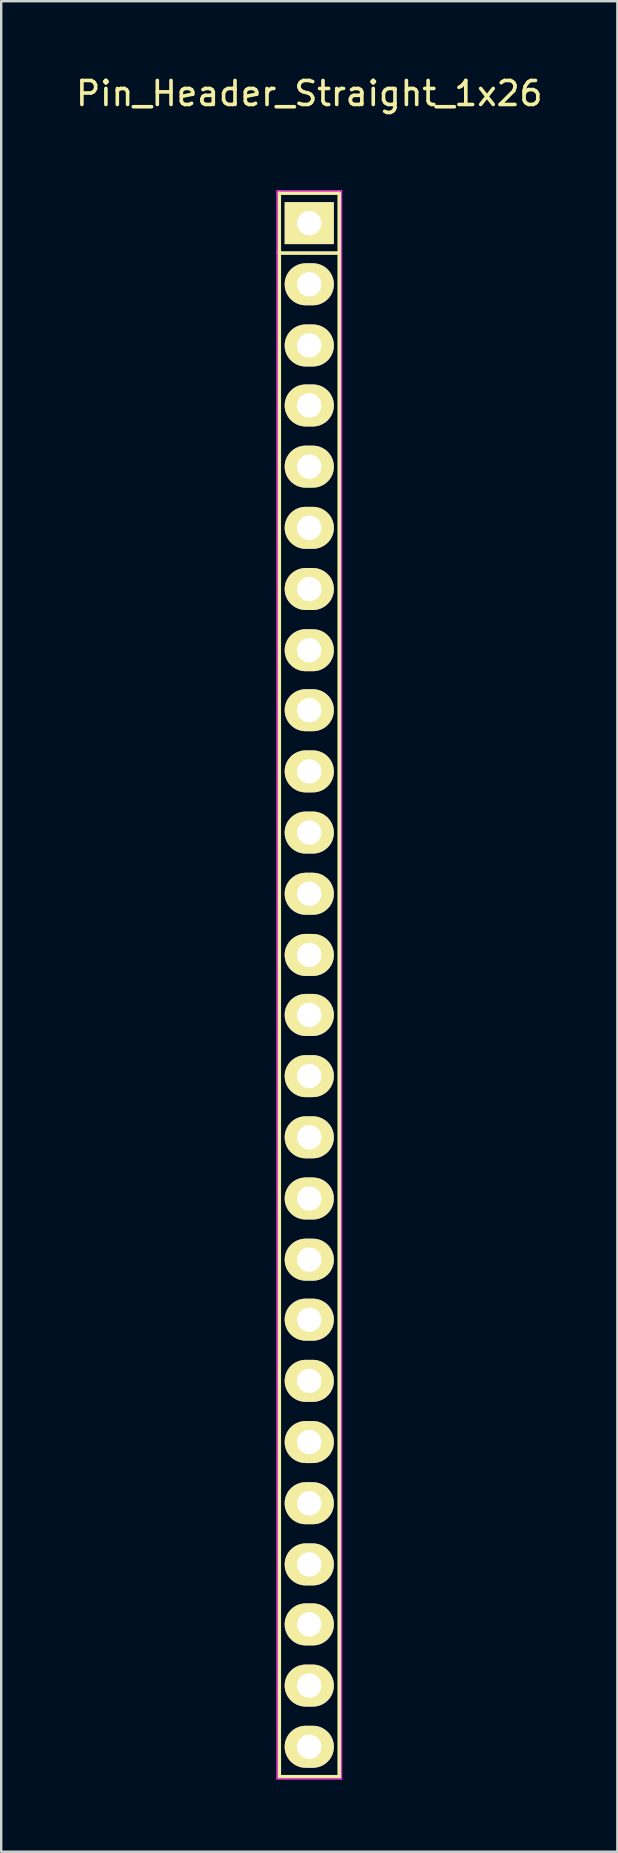
<source format=kicad_pcb>
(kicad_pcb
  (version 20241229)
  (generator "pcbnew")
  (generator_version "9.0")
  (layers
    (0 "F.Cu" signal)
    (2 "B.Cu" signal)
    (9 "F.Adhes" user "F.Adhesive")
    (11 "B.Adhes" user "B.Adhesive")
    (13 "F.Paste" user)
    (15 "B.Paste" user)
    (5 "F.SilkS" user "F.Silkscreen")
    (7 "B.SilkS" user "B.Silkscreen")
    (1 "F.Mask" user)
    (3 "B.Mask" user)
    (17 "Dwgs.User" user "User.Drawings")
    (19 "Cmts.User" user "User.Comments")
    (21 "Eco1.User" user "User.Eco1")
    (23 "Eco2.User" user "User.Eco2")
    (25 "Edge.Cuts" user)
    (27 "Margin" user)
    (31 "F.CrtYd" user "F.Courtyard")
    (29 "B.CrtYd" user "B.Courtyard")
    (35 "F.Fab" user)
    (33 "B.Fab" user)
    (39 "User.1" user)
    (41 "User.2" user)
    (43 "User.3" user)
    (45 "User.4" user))
  (footprint "Pin_Header_Straight_1x26"
    (layer "F.Cu")
    (at 9.839 6.248)
    (property "Reference" "Pin_Header_Straight_1x26" (at 0 -5.4 0) (layer "F.SilkS") (effects (font (size 1 1) (thickness 0.15))))
    (attr through_hole)
    (fp_line (start -1.25 -1.25) (end -1.25 1.25) (stroke (width 0.15) (type solid)) (layer "F.SilkS"))
    (fp_line (start -1.25 1.25) (end -1.25 64.75) (stroke (width 0.15) (type solid)) (layer "F.SilkS"))
    (fp_line (start -1.25 64.75) (end 1.25 64.75) (stroke (width 0.15) (type solid)) (layer "F.SilkS"))
    (fp_line (start 1.25 -1.25) (end -1.25 -1.25) (stroke (width 0.15) (type solid)) (layer "F.SilkS"))
    (fp_line (start 1.25 -1.25) (end 1.25 1.25) (stroke (width 0.15) (type solid)) (layer "F.SilkS"))
    (fp_line (start 1.25 1.25) (end -1.25 1.25) (stroke (width 0.15) (type solid)) (layer "F.SilkS"))
    (fp_line (start 1.25 64.75) (end 1.25 1.25) (stroke (width 0.15) (type solid)) (layer "F.SilkS"))
    (fp_line (start -1.35 -1.35) (end -1.35 64.85) (stroke (width 0.05) (type solid)) (layer "F.CrtYd"))
    (fp_line (start -1.35 -1.35) (end 1.35 -1.35) (stroke (width 0.05) (type solid)) (layer "F.CrtYd"))
    (fp_line (start -1.35 64.85) (end 1.35 64.85) (stroke (width 0.05) (type solid)) (layer "F.CrtYd"))
    (fp_line (start 1.35 -1.35) (end 1.35 64.85) (stroke (width 0.05) (type solid)) (layer "F.CrtYd"))
    (pad "1" thru_hole rect (at 0 0) (size 2.05 1.75) (drill 1.016) (layers "*.Cu" "*.Mask" "F.SilkS"))
    (pad "2" thru_hole oval (at 0 2.55) (size 2.05 1.75) (drill 1.016) (layers "*.Cu" "*.Mask" "F.SilkS"))
    (pad "3" thru_hole oval (at 0 5.1) (size 2.05 1.75) (drill 1.016) (layers "*.Cu" "*.Mask" "F.SilkS"))
    (pad "4" thru_hole oval (at 0 7.6) (size 2.05 1.75) (drill 1.016) (layers "*.Cu" "*.Mask" "F.SilkS"))
    (pad "5" thru_hole oval (at 0 10.15) (size 2.05 1.75) (drill 1.016) (layers "*.Cu" "*.Mask" "F.SilkS"))
    (pad "6" thru_hole oval (at 0 12.7) (size 2.05 1.75) (drill 1.016) (layers "*.Cu" "*.Mask" "F.SilkS"))
    (pad "7" thru_hole oval (at 0 15.25) (size 2.05 1.75) (drill 1.016) (layers "*.Cu" "*.Mask" "F.SilkS"))
    (pad "8" thru_hole oval (at 0 17.8) (size 2.05 1.75) (drill 1.016) (layers "*.Cu" "*.Mask" "F.SilkS"))
    (pad "9" thru_hole oval (at 0 20.3) (size 2.05 1.75) (drill 1.016) (layers "*.Cu" "*.Mask" "F.SilkS"))
    (pad "10" thru_hole oval (at 0 22.85) (size 2.05 1.75) (drill 1.016) (layers "*.Cu" "*.Mask" "F.SilkS"))
    (pad "11" thru_hole oval (at 0 25.4) (size 2.05 1.75) (drill 1.016) (layers "*.Cu" "*.Mask" "F.SilkS"))
    (pad "12" thru_hole oval (at 0 27.95) (size 2.05 1.75) (drill 1.016) (layers "*.Cu" "*.Mask" "F.SilkS"))
    (pad "13" thru_hole oval (at 0 30.5) (size 2.05 1.75) (drill 1.016) (layers "*.Cu" "*.Mask" "F.SilkS"))
    (pad "14" thru_hole oval (at 0 33) (size 2.05 1.75) (drill 1.016) (layers "*.Cu" "*.Mask" "F.SilkS"))
    (pad "15" thru_hole oval (at 0 35.55) (size 2.05 1.75) (drill 1.016) (layers "*.Cu" "*.Mask" "F.SilkS"))
    (pad "16" thru_hole oval (at 0 38.1) (size 2.05 1.75) (drill 1.016) (layers "*.Cu" "*.Mask" "F.SilkS"))
    (pad "17" thru_hole oval (at 0 40.65) (size 2.05 1.75) (drill 1.016) (layers "*.Cu" "*.Mask" "F.SilkS"))
    (pad "18" thru_hole oval (at 0 43.2) (size 2.05 1.75) (drill 1.016) (layers "*.Cu" "*.Mask" "F.SilkS"))
    (pad "19" thru_hole oval (at 0 45.7) (size 2.05 1.75) (drill 1.016) (layers "*.Cu" "*.Mask" "F.SilkS"))
    (pad "20" thru_hole oval (at 0 48.25) (size 2.05 1.75) (drill 1.016) (layers "*.Cu" "*.Mask" "F.SilkS"))
    (pad "21" thru_hole oval (at 0 50.8) (size 2.05 1.75) (drill 1.016) (layers "*.Cu" "*.Mask" "F.SilkS"))
    (pad "22" thru_hole oval (at 0 53.35) (size 2.05 1.75) (drill 1.016) (layers "*.Cu" "*.Mask" "F.SilkS"))
    (pad "23" thru_hole oval (at 0 55.9) (size 2.05 1.75) (drill 1.016) (layers "*.Cu" "*.Mask" "F.SilkS"))
    (pad "24" thru_hole oval (at 0 58.4) (size 2.05 1.75) (drill 1.016) (layers "*.Cu" "*.Mask" "F.SilkS"))
    (pad "25" thru_hole oval (at 0 60.95) (size 2.05 1.75) (drill 1.016) (layers "*.Cu" "*.Mask" "F.SilkS"))
    (pad "26" thru_hole oval (at 0 63.5) (size 2.05 1.75) (drill 1.016) (layers "*.Cu" "*.Mask" "F.SilkS")))
  (gr_rect
    (start -3 -3)
    (end 22.679 74.123)
    (stroke (width 0.1) (type default))
    (fill no)
    (layer "Edge.Cuts")))
</source>
